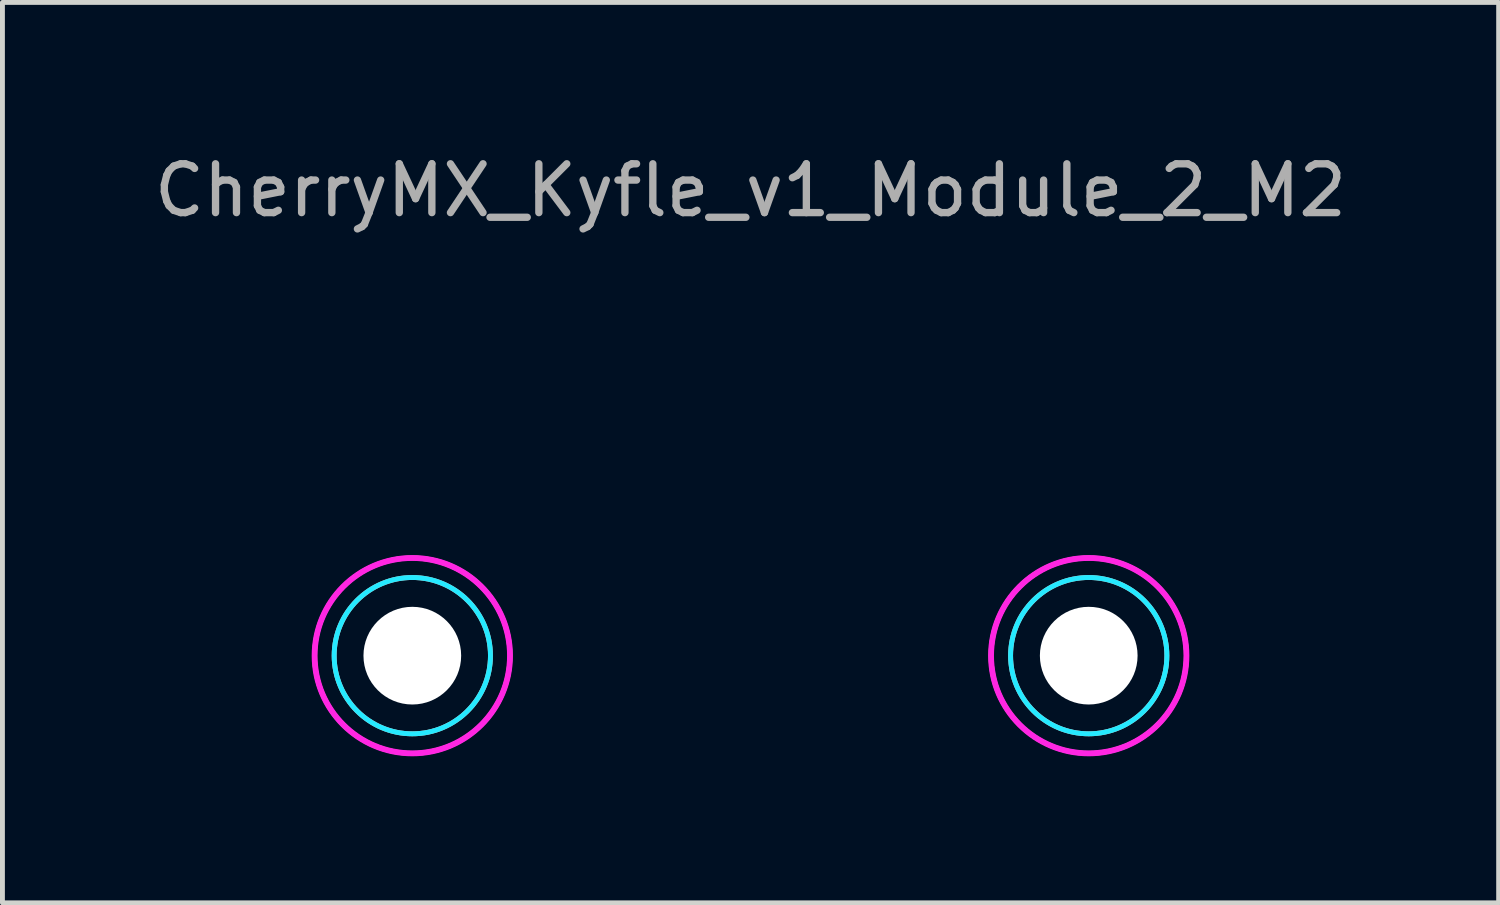
<source format=kicad_pcb>
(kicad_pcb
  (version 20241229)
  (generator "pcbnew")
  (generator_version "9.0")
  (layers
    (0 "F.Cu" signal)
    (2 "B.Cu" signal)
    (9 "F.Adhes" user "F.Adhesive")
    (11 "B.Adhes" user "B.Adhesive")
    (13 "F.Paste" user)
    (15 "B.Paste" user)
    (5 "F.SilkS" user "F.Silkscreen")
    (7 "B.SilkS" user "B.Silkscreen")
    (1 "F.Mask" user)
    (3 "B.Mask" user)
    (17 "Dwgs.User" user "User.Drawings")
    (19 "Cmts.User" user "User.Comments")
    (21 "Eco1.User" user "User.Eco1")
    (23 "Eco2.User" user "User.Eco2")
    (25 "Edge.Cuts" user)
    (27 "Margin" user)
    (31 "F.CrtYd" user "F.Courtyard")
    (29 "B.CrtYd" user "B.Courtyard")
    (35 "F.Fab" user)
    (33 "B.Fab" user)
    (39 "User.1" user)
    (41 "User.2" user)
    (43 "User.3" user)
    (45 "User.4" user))
  (footprint "CherryMX_Kyfle_v1_Module_2_M2"
    (layer "F.Cu")
    (at 12.315 0.848)
    (property "Reference" "CherryMX_Kyfle_v1_Module_2_M2" (at 0 0 0) (unlocked yes) (layer "F.Fab") (effects (font (size 1 1) (thickness 0.15))))
    (attr through_hole)
    (fp_circle (center -6.924 9.525) (end -4.924 9.525) (stroke (width 0.1) (type solid)) (fill no) (layer "F.SilkS"))
    (fp_circle (center 6.924 9.525) (end 8.924 9.525) (stroke (width 0.1) (type solid)) (fill no) (layer "F.SilkS"))
    (fp_line (start -7.144 8.731) (end -7.144 9.525) (stroke (width 0.15) (type solid)) (layer "B.SilkS"))
    (fp_line (start 7.144 8.731) (end 7.144 9.525) (stroke (width 0.15) (type solid)) (layer "B.SilkS"))
    (fp_circle (center -6.924 9.525) (end -5.324 9.525) (stroke (width 0.1) (type solid)) (fill no) (layer "B.SilkS"))
    (fp_circle (center 6.924 9.525) (end 8.524 9.525) (stroke (width 0.1) (type solid)) (fill no) (layer "B.SilkS"))
    (fp_circle (center -6.924 9.525) (end -5.324 9.525) (stroke (width 0.1) (type solid)) (fill no) (layer "B.CrtYd"))
    (fp_circle (center 6.924 9.525) (end 8.524 9.525) (stroke (width 0.1) (type solid)) (fill no) (layer "B.CrtYd"))
    (fp_circle (center -6.924 9.525) (end -4.924 9.525) (stroke (width 0.12) (type solid)) (fill no) (layer "F.CrtYd"))
    (fp_circle (center 6.924 9.525) (end 8.924 9.525) (stroke (width 0.12) (type solid)) (fill no) (layer "F.CrtYd"))
    (pad "" np_thru_hole circle (at -6.924 9.525) (size 2 2) (drill 2) (layers "*.Cu" "*.Mask"))
    (pad "" np_thru_hole circle (at 6.924 9.525) (size 2 2) (drill 2) (layers "*.Cu" "*.Mask")))
  (gr_rect
    (start -3 -3)
    (end 27.631 15.433)
    (stroke (width 0.1) (type default))
    (fill no)
    (layer "Edge.Cuts")))
</source>
